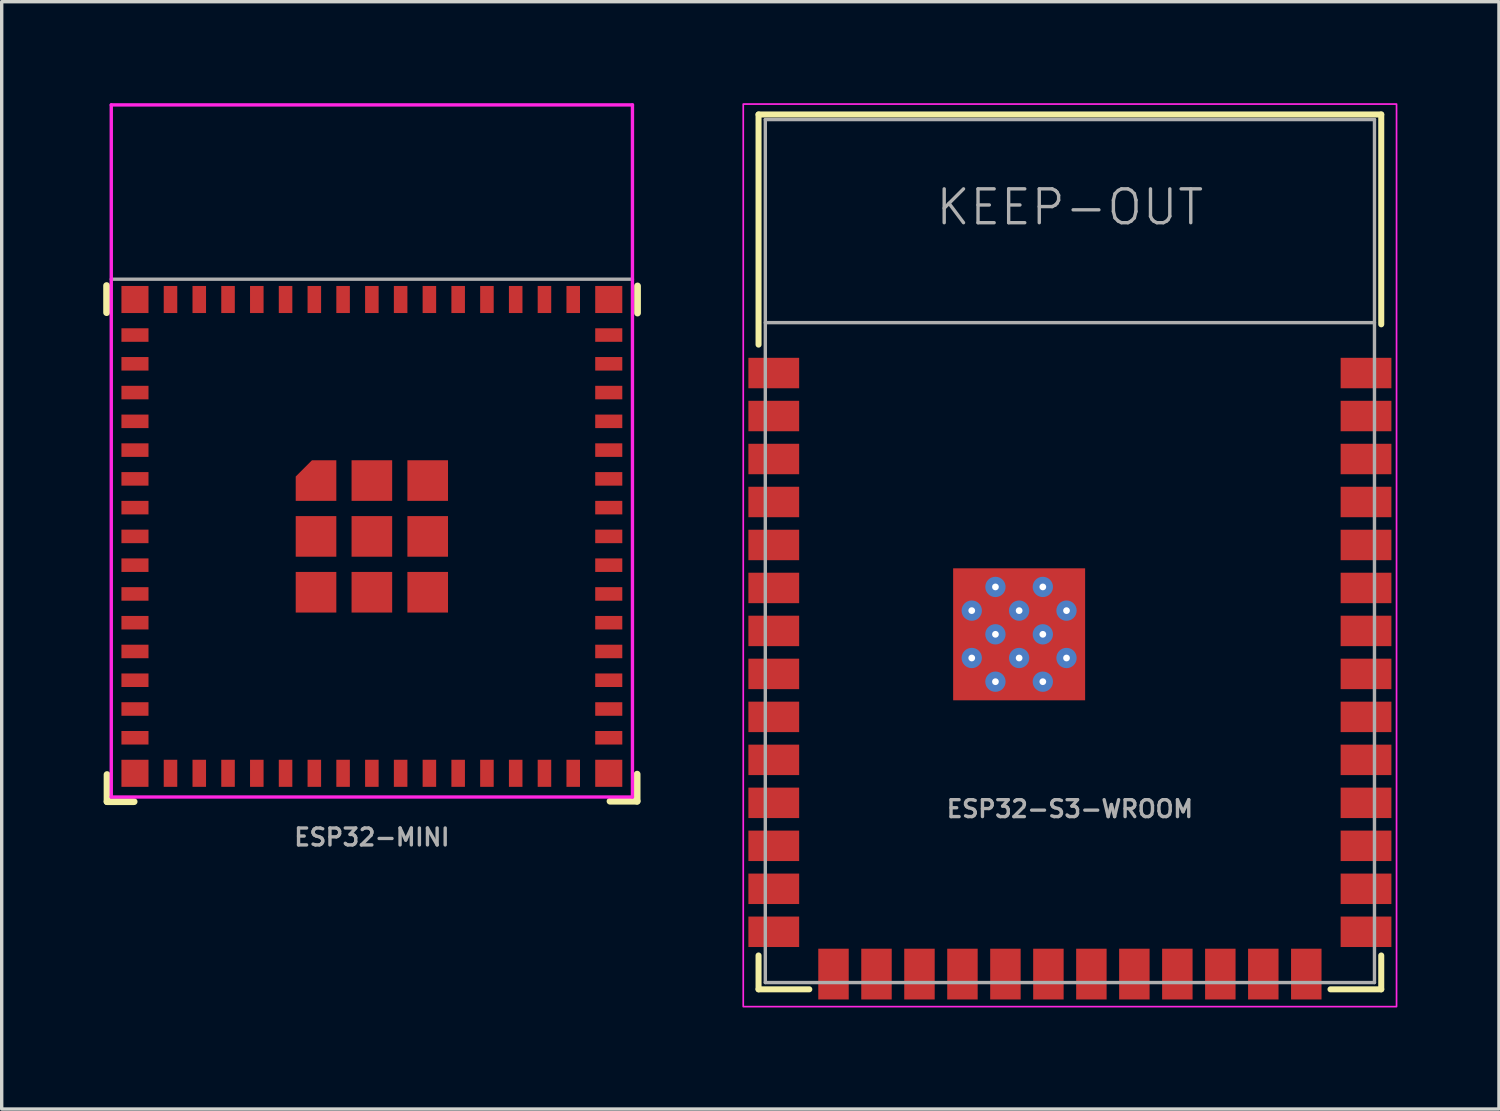
<source format=kicad_pcb>
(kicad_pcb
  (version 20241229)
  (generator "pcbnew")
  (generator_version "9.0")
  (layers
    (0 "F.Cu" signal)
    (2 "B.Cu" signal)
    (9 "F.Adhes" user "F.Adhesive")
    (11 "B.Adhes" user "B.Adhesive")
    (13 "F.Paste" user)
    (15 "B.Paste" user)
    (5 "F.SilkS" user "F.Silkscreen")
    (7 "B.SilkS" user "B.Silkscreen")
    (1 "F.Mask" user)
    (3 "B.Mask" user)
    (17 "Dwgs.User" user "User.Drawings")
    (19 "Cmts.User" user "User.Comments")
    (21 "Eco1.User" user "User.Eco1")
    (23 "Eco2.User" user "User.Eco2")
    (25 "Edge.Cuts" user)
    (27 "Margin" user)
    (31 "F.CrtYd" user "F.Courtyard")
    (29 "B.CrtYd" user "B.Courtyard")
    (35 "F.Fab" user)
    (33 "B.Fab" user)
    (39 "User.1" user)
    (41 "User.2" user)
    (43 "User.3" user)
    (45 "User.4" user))
  (footprint "ESP32-S3-WROOM"
    (layer "F.Cu")
    (at 28.564 13.233)
    (property "Reference" "ESP32-S3-WROOM" (at 0 7.62 0) (unlocked yes) (layer "F.Fab") (effects (font (size 0.5 0.5) (thickness 0.1) (bold yes))))
    (attr smd)
    (fp_line (start -9.2 -12.9) (end 9.2 -12.9) (stroke (width 0.178) (type solid)) (layer "F.SilkS"))
    (fp_line (start -9.2 -6.1) (end -9.2 -12.9) (stroke (width 0.178) (type solid)) (layer "F.SilkS"))
    (fp_line (start -9.2 11.95) (end -9.2 12.95) (stroke (width 0.178) (type solid)) (layer "F.SilkS"))
    (fp_line (start -9.2 12.95) (end -7.7 12.95) (stroke (width 0.178) (type solid)) (layer "F.SilkS"))
    (fp_line (start 9.2 -12.9) (end 9.2 -6.7) (stroke (width 0.178) (type solid)) (layer "F.SilkS"))
    (fp_line (start 9.2 12.95) (end 7.7 12.95) (stroke (width 0.178) (type solid)) (layer "F.SilkS"))
    (fp_line (start 9.2 12.95) (end 9.2 11.95) (stroke (width 0.178) (type solid)) (layer "F.SilkS"))
    (fp_rect (start 9.652 -13.208) (end -9.652 13.462) (stroke (width 0.05) (type default)) (fill no) (layer "F.CrtYd"))
    (fp_line (start -9 -12.75) (end 9 -12.75) (stroke (width 0.1) (type solid)) (layer "F.Fab"))
    (fp_line (start -9 -6.75) (end 9 -6.75) (stroke (width 0.1) (type solid)) (layer "F.Fab"))
    (fp_line (start -9 12.75) (end -9 -12.75) (stroke (width 0.1) (type solid)) (layer "F.Fab"))
    (fp_line (start -9 12.75) (end 9 12.75) (stroke (width 0.1) (type solid)) (layer "F.Fab"))
    (fp_line (start 9 12.75) (end 9 -12.75) (stroke (width 0.1) (type solid)) (layer "F.Fab"))
    (fp_text user "KEEP-OUT" (at 0 -10.16 0) (layer "F.Fab") (effects (font (size 1 1) (thickness 0.1))))
    (pad "" smd rect (at -2.9 1.06) (size 0.9 0.9) (layers "F.Paste"))
    (pad "" smd rect (at -2.9 2.46 270) (size 0.9 0.9) (layers "F.Paste"))
    (pad "" smd rect (at -2.9 3.86) (size 0.9 0.9) (layers "F.Paste"))
    (pad "" smd rect (at -1.5 1.06 270) (size 0.9 0.9) (layers "F.Paste"))
    (pad "" smd rect (at -1.5 2.46 270) (size 0.9 0.9) (layers "F.Paste"))
    (pad "" smd rect (at -1.5 3.86 270) (size 0.9 0.9) (layers "F.Paste"))
    (pad "" smd rect (at -0.1 1.06 270) (size 0.9 0.9) (layers "F.Paste"))
    (pad "" smd rect (at -0.1 2.46 270) (size 0.9 0.9) (layers "F.Paste"))
    (pad "" smd rect (at -0.1 3.86 270) (size 0.9 0.9) (layers "F.Paste"))
    (pad "1" smd rect (at -8.75 -5.26) (size 1.5 0.9) (layers "F.Cu" "F.Mask" "F.Paste"))
    (pad "2" smd rect (at -8.75 -3.99) (size 1.5 0.9) (layers "F.Cu" "F.Mask" "F.Paste"))
    (pad "3" smd rect (at -8.75 -2.72) (size 1.5 0.9) (layers "F.Cu" "F.Mask" "F.Paste"))
    (pad "4" smd rect (at -8.75 -1.45) (size 1.5 0.9) (layers "F.Cu" "F.Mask" "F.Paste"))
    (pad "5" smd rect (at -8.75 -0.18) (size 1.5 0.9) (layers "F.Cu" "F.Mask" "F.Paste"))
    (pad "6" smd rect (at -8.75 1.09) (size 1.5 0.9) (layers "F.Cu" "F.Mask" "F.Paste"))
    (pad "7" smd rect (at -8.75 2.36) (size 1.5 0.9) (layers "F.Cu" "F.Mask" "F.Paste"))
    (pad "8" smd rect (at -8.75 3.63) (size 1.5 0.9) (layers "F.Cu" "F.Mask" "F.Paste"))
    (pad "9" smd rect (at -8.75 4.9) (size 1.5 0.9) (layers "F.Cu" "F.Mask" "F.Paste"))
    (pad "10" smd rect (at -8.75 6.17) (size 1.5 0.9) (layers "F.Cu" "F.Mask" "F.Paste"))
    (pad "11" smd rect (at -8.75 7.44) (size 1.5 0.9) (layers "F.Cu" "F.Mask" "F.Paste"))
    (pad "12" smd rect (at -8.75 8.71) (size 1.5 0.9) (layers "F.Cu" "F.Mask" "F.Paste"))
    (pad "13" smd rect (at -8.75 9.98) (size 1.5 0.9) (layers "F.Cu" "F.Mask" "F.Paste"))
    (pad "14" smd rect (at -8.75 11.25 180) (size 1.5 0.9) (layers "F.Cu" "F.Mask" "F.Paste"))
    (pad "15" smd rect (at -6.985 12.5 270) (size 1.5 0.9) (layers "F.Cu" "F.Mask" "F.Paste"))
    (pad "16" smd rect (at -5.715 12.5 270) (size 1.5 0.9) (layers "F.Cu" "F.Mask" "F.Paste"))
    (pad "17" smd rect (at -4.445 12.5 270) (size 1.5 0.9) (layers "F.Cu" "F.Mask" "F.Paste"))
    (pad "18" smd rect (at -3.175 12.5 270) (size 1.5 0.9) (layers "F.Cu" "F.Mask" "F.Paste"))
    (pad "19" smd rect (at -1.905 12.5 270) (size 1.5 0.9) (layers "F.Cu" "F.Mask" "F.Paste"))
    (pad "20" smd rect (at -0.635 12.5 270) (size 1.5 0.9) (layers "F.Cu" "F.Mask" "F.Paste"))
    (pad "21" smd rect (at 0.635 12.5 270) (size 1.5 0.9) (layers "F.Cu" "F.Mask" "F.Paste"))
    (pad "22" smd rect (at 1.905 12.5 270) (size 1.5 0.9) (layers "F.Cu" "F.Mask" "F.Paste"))
    (pad "23" smd rect (at 3.175 12.5 270) (size 1.5 0.9) (layers "F.Cu" "F.Mask" "F.Paste"))
    (pad "24" smd rect (at 4.445 12.5 270) (size 1.5 0.9) (layers "F.Cu" "F.Mask" "F.Paste"))
    (pad "25" smd rect (at 5.715 12.5 270) (size 1.5 0.9) (layers "F.Cu" "F.Mask" "F.Paste"))
    (pad "26" smd rect (at 6.985 12.5 270) (size 1.5 0.9) (layers "F.Cu" "F.Mask" "F.Paste"))
    (pad "27" smd rect (at 8.75 11.25) (size 1.5 0.9) (layers "F.Cu" "F.Mask" "F.Paste"))
    (pad "28" smd rect (at 8.75 9.98) (size 1.5 0.9) (layers "F.Cu" "F.Mask" "F.Paste"))
    (pad "29" smd rect (at 8.75 8.71) (size 1.5 0.9) (layers "F.Cu" "F.Mask" "F.Paste"))
    (pad "30" smd rect (at 8.75 7.44) (size 1.5 0.9) (layers "F.Cu" "F.Mask" "F.Paste"))
    (pad "31" smd rect (at 8.75 6.17) (size 1.5 0.9) (layers "F.Cu" "F.Mask" "F.Paste"))
    (pad "32" smd rect (at 8.75 4.9) (size 1.5 0.9) (layers "F.Cu" "F.Mask" "F.Paste"))
    (pad "33" smd rect (at 8.75 3.63) (size 1.5 0.9) (layers "F.Cu" "F.Mask" "F.Paste"))
    (pad "34" smd rect (at 8.75 2.36) (size 1.5 0.9) (layers "F.Cu" "F.Mask" "F.Paste"))
    (pad "35" smd rect (at 8.75 1.09) (size 1.5 0.9) (layers "F.Cu" "F.Mask" "F.Paste"))
    (pad "36" smd rect (at 8.75 -0.18) (size 1.5 0.9) (layers "F.Cu" "F.Mask" "F.Paste"))
    (pad "37" smd rect (at 8.75 -1.45) (size 1.5 0.9) (layers "F.Cu" "F.Mask" "F.Paste"))
    (pad "38" smd rect (at 8.75 -2.72) (size 1.5 0.9) (layers "F.Cu" "F.Mask" "F.Paste"))
    (pad "39" smd rect (at 8.75 -3.99) (size 1.5 0.9) (layers "F.Cu" "F.Mask" "F.Paste"))
    (pad "40" smd rect (at 8.75 -5.26) (size 1.5 0.9) (layers "F.Cu" "F.Mask" "F.Paste"))
    (pad "41" thru_hole circle (at -2.9 1.76 90) (size 0.6 0.6) (drill 0.2) (property pad_prop_heatsink) (layers "*.Cu" "F.Mask"))
    (pad "41" thru_hole circle (at -2.9 3.16) (size 0.6 0.6) (drill 0.2) (property pad_prop_heatsink) (layers "*.Cu" "F.Mask"))
    (pad "41" thru_hole circle (at -2.2 1.06) (size 0.6 0.6) (drill 0.2) (property pad_prop_heatsink) (layers "*.Cu" "F.Mask"))
    (pad "41" thru_hole circle (at -2.2 2.46) (size 0.6 0.6) (drill 0.2) (property pad_prop_heatsink) (layers "*.Cu" "F.Mask"))
    (pad "41" thru_hole circle (at -2.2 3.86) (size 0.6 0.6) (drill 0.2) (property pad_prop_heatsink) (layers "*.Cu" "F.Mask"))
    (pad "41" thru_hole circle (at -1.5 1.76) (size 0.6 0.6) (drill 0.2) (property pad_prop_heatsink) (layers "*.Cu" "F.Mask"))
    (pad "41" smd rect (at -1.5 2.46 270) (size 3.9 3.9) (layers "F.Cu" "F.Mask"))
    (pad "41" thru_hole circle (at -1.5 3.16) (size 0.6 0.6) (drill 0.2) (property pad_prop_heatsink) (layers "*.Cu" "F.Mask"))
    (pad "41" thru_hole circle (at -0.8 1.06) (size 0.6 0.6) (drill 0.2) (property pad_prop_heatsink) (layers "*.Cu" "F.Mask"))
    (pad "41" thru_hole circle (at -0.8 2.46) (size 0.6 0.6) (drill 0.2) (property pad_prop_heatsink) (layers "*.Cu" "F.Mask"))
    (pad "41" thru_hole circle (at -0.8 3.86) (size 0.6 0.6) (drill 0.2) (property pad_prop_heatsink) (layers "*.Cu" "F.Mask"))
    (pad "41" thru_hole circle (at -0.1 1.76) (size 0.6 0.6) (drill 0.2) (property pad_prop_heatsink) (layers "*.Cu" "F.Mask"))
    (pad "41" thru_hole circle (at -0.1 3.16) (size 0.6 0.6) (drill 0.2) (property pad_prop_heatsink) (layers "*.Cu" "F.Mask")))
  (footprint "ESP32-MINI"
    (layer "F.Cu")
    (at 7.938 12.8)
    (property "Reference" "ESP32-MINI" (at 0 8.89 0) (unlocked yes) (layer "F.Fab") (effects (font (size 0.5 0.5) (thickness 0.1) (bold yes))))
    (attr smd)
    (fp_line (start -7.838 -6.612) (end -7.838 -7.412) (stroke (width 0.2) (type solid)) (layer "F.SilkS"))
    (fp_line (start -7.825 7.838) (end -7.825 7.037) (stroke (width 0.2) (type solid)) (layer "F.SilkS"))
    (fp_line (start -7.025 7.838) (end -7.825 7.838) (stroke (width 0.2) (type solid)) (layer "F.SilkS"))
    (fp_line (start 7.838 7.025) (end 7.838 7.825) (stroke (width 0.2) (type solid)) (layer "F.SilkS"))
    (fp_line (start 7.838 7.825) (end 7.037 7.825) (stroke (width 0.2) (type solid)) (layer "F.SilkS"))
    (fp_line (start 7.85 -6.6) (end 7.85 -7.4) (stroke (width 0.2) (type solid)) (layer "F.SilkS"))
    (fp_rect (start -2.053 -0.394) (end -1.247 0.412) (stroke (width 0) (type solid)) (fill yes) (layer "F.Paste"))
    (fp_rect (start -2.053 1.256) (end -1.247 2.062) (stroke (width 0) (type solid)) (fill yes) (layer "F.Paste"))
    (fp_rect (start -1.856 -1.856) (end -1.247 -1.238) (stroke (width 0) (type solid)) (fill yes) (layer "F.Paste"))
    (fp_rect (start -0.403 -2.044) (end 0.403 -1.238) (stroke (width 0) (type solid)) (fill yes) (layer "F.Paste"))
    (fp_rect (start -0.403 -0.394) (end 0.403 0.412) (stroke (width 0) (type solid)) (fill yes) (layer "F.Paste"))
    (fp_rect (start -0.403 1.256) (end 0.403 2.062) (stroke (width 0) (type solid)) (fill yes) (layer "F.Paste"))
    (fp_rect (start 1.247 -0.394) (end 2.053 0.412) (stroke (width 0) (type solid)) (fill yes) (layer "F.Paste"))
    (fp_rect (start 1.247 1.256) (end 2.053 2.062) (stroke (width 0) (type solid)) (fill yes) (layer "F.Paste"))
    (fp_rect (start 1.256 -2.044) (end 2.062 -1.238) (stroke (width 0) (type solid)) (fill yes) (layer "F.Paste"))
    (fp_line (start -7.7 -12.75) (end 7.7 -12.75) (stroke (width 0.1) (type solid)) (layer "F.CrtYd"))
    (fp_line (start -7.7 7.7) (end -7.7 -12.75) (stroke (width 0.1) (type solid)) (layer "F.CrtYd"))
    (fp_line (start 7.7 -12.75) (end 7.7 7.7) (stroke (width 0.1) (type solid)) (layer "F.CrtYd"))
    (fp_line (start 7.7 7.7) (end -7.7 7.7) (stroke (width 0.1) (type solid)) (layer "F.CrtYd"))
    (fp_line (start -7.7 -7.6) (end 7.7 -7.6) (stroke (width 0.1) (type solid)) (layer "F.Fab"))
    (pad "1" smd rect (at -7 -5.95) (size 0.8 0.4) (layers "F.Cu" "F.Mask" "F.Paste"))
    (pad "2" smd rect (at -7 -5.1) (size 0.8 0.4) (layers "F.Cu" "F.Mask" "F.Paste"))
    (pad "3" smd rect (at -7 -4.25) (size 0.8 0.4) (layers "F.Cu" "F.Mask" "F.Paste"))
    (pad "4" smd rect (at -7 -3.4) (size 0.8 0.4) (layers "F.Cu" "F.Mask" "F.Paste"))
    (pad "5" smd rect (at -7 -2.55) (size 0.8 0.4) (layers "F.Cu" "F.Mask" "F.Paste"))
    (pad "6" smd rect (at -7 -1.7) (size 0.8 0.4) (layers "F.Cu" "F.Mask" "F.Paste"))
    (pad "7" smd rect (at -7 -0.85) (size 0.8 0.4) (layers "F.Cu" "F.Mask" "F.Paste"))
    (pad "8" smd rect (at -7 0) (size 0.8 0.4) (layers "F.Cu" "F.Mask" "F.Paste"))
    (pad "9" smd rect (at -7 0.85) (size 0.8 0.4) (layers "F.Cu" "F.Mask" "F.Paste"))
    (pad "10" smd rect (at -7 1.7) (size 0.8 0.4) (layers "F.Cu" "F.Mask" "F.Paste"))
    (pad "11" smd rect (at -7 2.55) (size 0.8 0.4) (layers "F.Cu" "F.Mask" "F.Paste"))
    (pad "12" smd rect (at -7 3.4) (size 0.8 0.4) (layers "F.Cu" "F.Mask" "F.Paste"))
    (pad "13" smd rect (at -7 4.25) (size 0.8 0.4) (layers "F.Cu" "F.Mask" "F.Paste"))
    (pad "14" smd rect (at -7 5.1) (size 0.8 0.4) (layers "F.Cu" "F.Mask" "F.Paste"))
    (pad "15" smd rect (at -7 5.95) (size 0.8 0.4) (layers "F.Cu" "F.Mask" "F.Paste"))
    (pad "16" smd rect (at -5.95 7 90) (size 0.8 0.4) (layers "F.Cu" "F.Mask" "F.Paste"))
    (pad "17" smd rect (at -5.1 7 90) (size 0.8 0.4) (layers "F.Cu" "F.Mask" "F.Paste"))
    (pad "18" smd rect (at -4.25 7 90) (size 0.8 0.4) (layers "F.Cu" "F.Mask" "F.Paste"))
    (pad "19" smd rect (at -3.4 7 90) (size 0.8 0.4) (layers "F.Cu" "F.Mask" "F.Paste"))
    (pad "20" smd rect (at -2.55 7 90) (size 0.8 0.4) (layers "F.Cu" "F.Mask" "F.Paste"))
    (pad "21" smd rect (at -1.7 7 90) (size 0.8 0.4) (layers "F.Cu" "F.Mask" "F.Paste"))
    (pad "22" smd rect (at -0.85 7 90) (size 0.8 0.4) (layers "F.Cu" "F.Mask" "F.Paste"))
    (pad "23" smd rect (at 0 7 90) (size 0.8 0.4) (layers "F.Cu" "F.Mask" "F.Paste"))
    (pad "24" smd rect (at 0.85 7 90) (size 0.8 0.4) (layers "F.Cu" "F.Mask" "F.Paste"))
    (pad "25" smd rect (at 1.7 7 90) (size 0.8 0.4) (layers "F.Cu" "F.Mask" "F.Paste"))
    (pad "26" smd rect (at 2.55 7 90) (size 0.8 0.4) (layers "F.Cu" "F.Mask" "F.Paste"))
    (pad "27" smd rect (at 3.4 7 90) (size 0.8 0.4) (layers "F.Cu" "F.Mask" "F.Paste"))
    (pad "28" smd rect (at 4.25 7 90) (size 0.8 0.4) (layers "F.Cu" "F.Mask" "F.Paste"))
    (pad "29" smd rect (at 5.1 7 90) (size 0.8 0.4) (layers "F.Cu" "F.Mask" "F.Paste"))
    (pad "30" smd rect (at 5.95 7 90) (size 0.8 0.4) (layers "F.Cu" "F.Mask" "F.Paste"))
    (pad "31" smd rect (at 7 5.95) (size 0.8 0.4) (layers "F.Cu" "F.Mask" "F.Paste"))
    (pad "32" smd rect (at 7 5.1) (size 0.8 0.4) (layers "F.Cu" "F.Mask" "F.Paste"))
    (pad "33" smd rect (at 7 4.25) (size 0.8 0.4) (layers "F.Cu" "F.Mask" "F.Paste"))
    (pad "34" smd rect (at 7 3.4) (size 0.8 0.4) (layers "F.Cu" "F.Mask" "F.Paste"))
    (pad "35" smd rect (at 7 2.55) (size 0.8 0.4) (layers "F.Cu" "F.Mask" "F.Paste"))
    (pad "36" smd rect (at 7 1.7) (size 0.8 0.4) (layers "F.Cu" "F.Mask" "F.Paste"))
    (pad "37" smd rect (at 7 0.85) (size 0.8 0.4) (layers "F.Cu" "F.Mask" "F.Paste"))
    (pad "38" smd rect (at 7 0) (size 0.8 0.4) (layers "F.Cu" "F.Mask" "F.Paste"))
    (pad "39" smd rect (at 7 -0.85) (size 0.8 0.4) (layers "F.Cu" "F.Mask" "F.Paste"))
    (pad "40" smd rect (at 7 -1.7) (size 0.8 0.4) (layers "F.Cu" "F.Mask" "F.Paste"))
    (pad "41" smd rect (at 7 -2.55) (size 0.8 0.4) (layers "F.Cu" "F.Mask" "F.Paste"))
    (pad "42" smd rect (at 7 -3.4) (size 0.8 0.4) (layers "F.Cu" "F.Mask" "F.Paste"))
    (pad "43" smd rect (at 7 -4.25) (size 0.8 0.4) (layers "F.Cu" "F.Mask" "F.Paste"))
    (pad "44" smd rect (at 7 -5.1) (size 0.8 0.4) (layers "F.Cu" "F.Mask" "F.Paste"))
    (pad "45" smd rect (at 7 -5.95) (size 0.8 0.4) (layers "F.Cu" "F.Mask" "F.Paste"))
    (pad "46" smd rect (at 5.95 -7 90) (size 0.8 0.4) (layers "F.Cu" "F.Mask" "F.Paste"))
    (pad "47" smd rect (at 5.1 -7 90) (size 0.8 0.4) (layers "F.Cu" "F.Mask" "F.Paste"))
    (pad "48" smd rect (at 4.25 -7 90) (size 0.8 0.4) (layers "F.Cu" "F.Mask" "F.Paste"))
    (pad "49" smd rect (at 3.4 -7 90) (size 0.8 0.4) (layers "F.Cu" "F.Mask" "F.Paste"))
    (pad "50" smd rect (at 2.55 -7 90) (size 0.8 0.4) (layers "F.Cu" "F.Mask" "F.Paste"))
    (pad "51" smd rect (at 1.7 -7 90) (size 0.8 0.4) (layers "F.Cu" "F.Mask" "F.Paste"))
    (pad "52" smd rect (at 0.85 -7 90) (size 0.8 0.4) (layers "F.Cu" "F.Mask" "F.Paste"))
    (pad "53" smd rect (at 0 -7 90) (size 0.8 0.4) (layers "F.Cu" "F.Mask" "F.Paste"))
    (pad "54" smd rect (at -0.85 -7 90) (size 0.8 0.4) (layers "F.Cu" "F.Mask" "F.Paste"))
    (pad "55" smd rect (at -1.7 -7 90) (size 0.8 0.4) (layers "F.Cu" "F.Mask" "F.Paste"))
    (pad "56" smd rect (at -2.55 -7 90) (size 0.8 0.4) (layers "F.Cu" "F.Mask" "F.Paste"))
    (pad "57" smd rect (at -3.4 -7 90) (size 0.8 0.4) (layers "F.Cu" "F.Mask" "F.Paste"))
    (pad "58" smd rect (at -4.25 -7 90) (size 0.8 0.4) (layers "F.Cu" "F.Mask" "F.Paste"))
    (pad "59" smd rect (at -5.1 -7 90) (size 0.8 0.4) (layers "F.Cu" "F.Mask" "F.Paste"))
    (pad "60" smd rect (at -5.95 -7 90) (size 0.8 0.4) (layers "F.Cu" "F.Mask" "F.Paste"))
    (pad "61" smd roundrect (at -1.65 -1.65) (size 1.2 1.2) (layers "F.Cu" "F.Mask") (roundrect_rratio 0) (chamfer_ratio 0.4) (chamfer top_left))
    (pad "61" smd rect (at -1.65 0) (size 1.2 1.2) (layers "F.Cu" "F.Mask"))
    (pad "61" smd rect (at -1.65 1.65) (size 1.2 1.2) (layers "F.Cu" "F.Mask"))
    (pad "61" smd rect (at 0 -1.65) (size 1.2 1.2) (layers "F.Cu" "F.Mask"))
    (pad "61" smd rect (at 0 0) (size 1.2 1.2) (layers "F.Cu" "F.Mask"))
    (pad "61" smd rect (at 0 1.65) (size 1.2 1.2) (layers "F.Cu" "F.Mask"))
    (pad "61" smd rect (at 1.65 -1.65) (size 1.2 1.2) (layers "F.Cu" "F.Mask"))
    (pad "61" smd rect (at 1.65 0) (size 1.2 1.2) (layers "F.Cu" "F.Mask"))
    (pad "61" smd rect (at 1.65 1.65) (size 1.2 1.2) (layers "F.Cu" "F.Mask"))
    (pad "62" smd rect (at -7 -7) (size 0.8 0.8) (layers "F.Cu" "F.Mask" "F.Paste"))
    (pad "63" smd rect (at -7 7) (size 0.8 0.8) (layers "F.Cu" "F.Mask" "F.Paste"))
    (pad "64" smd rect (at 7 7) (size 0.8 0.8) (layers "F.Cu" "F.Mask" "F.Paste"))
    (pad "65" smd rect (at 7 -7) (size 0.8 0.8) (layers "F.Cu" "F.Mask" "F.Paste"))
    (zone (net_name "") (layers "F.Cu" "B.Cu") (name "Antenna Keepout") (hatch edge 0.5) (connect_pads) (min_thickness 0.25) (filled_areas_thickness no) (keepout (tracks not_allowed) (vias not_allowed) (pads not_allowed) (copperpour not_allowed) (footprints allowed)) (placement (enabled no)) (fill) (polygon (pts (xy 0.206 5.169) (xy 15.669 5.169) (xy 15.669 0) (xy 0.206 0)))))
  (gr_rect
    (start -3 -3)
    (end 41.242 29.72)
    (stroke (width 0.1) (type default))
    (fill no)
    (layer "Edge.Cuts")))
</source>
